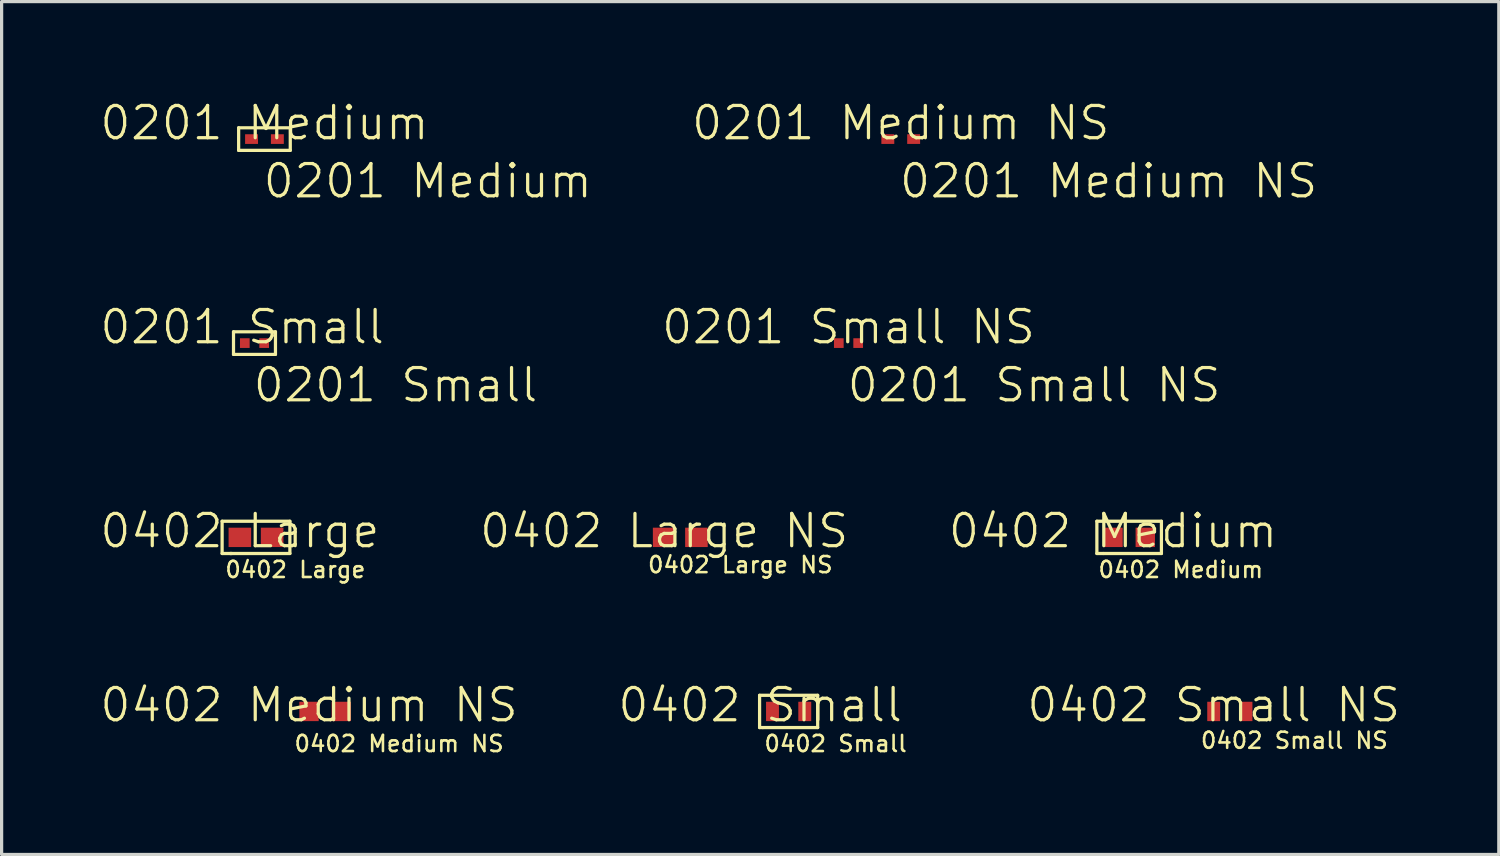
<source format=kicad_pcb>
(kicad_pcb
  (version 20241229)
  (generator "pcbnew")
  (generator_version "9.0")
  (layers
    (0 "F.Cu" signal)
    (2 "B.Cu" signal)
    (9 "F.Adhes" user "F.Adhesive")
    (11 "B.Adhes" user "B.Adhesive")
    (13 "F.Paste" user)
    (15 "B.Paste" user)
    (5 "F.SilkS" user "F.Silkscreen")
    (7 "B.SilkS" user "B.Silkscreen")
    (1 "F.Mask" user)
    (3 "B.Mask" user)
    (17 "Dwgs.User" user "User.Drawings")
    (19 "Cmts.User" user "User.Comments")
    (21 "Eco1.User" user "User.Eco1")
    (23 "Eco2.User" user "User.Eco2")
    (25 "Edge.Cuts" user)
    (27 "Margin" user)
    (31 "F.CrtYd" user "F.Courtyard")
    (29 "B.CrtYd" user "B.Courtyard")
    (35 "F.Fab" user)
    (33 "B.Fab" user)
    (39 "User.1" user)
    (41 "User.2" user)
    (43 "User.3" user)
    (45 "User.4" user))
  (footprint "0201 Medium"
    (layer "F.Cu")
    (at 5.145 1.26)
    (property "Reference" "0201 Medium" (at 0 -0.5 0) (unlocked yes) (layer "F.SilkS") (effects (font (size 1 1) (thickness 0.1))))
    (attr smd)
    (fp_line (start -0.8 -0.35) (end -0.8 0.35) (stroke (width 0.1) (type default)) (layer "F.SilkS"))
    (fp_line (start -0.8 0.35) (end 0.8 0.35) (stroke (width 0.1) (type default)) (layer "F.SilkS"))
    (fp_line (start 0.8 -0.35) (end -0.8 -0.35) (stroke (width 0.1) (type default)) (layer "F.SilkS"))
    (fp_line (start 0.8 0.35) (end 0.8 -0.35) (stroke (width 0.1) (type default)) (layer "F.SilkS"))
    (fp_text user "${REFERENCE}" (at -0.1 1.3 0) (unlocked yes) (layer "F.SilkS") (effects (font (size 1 1) (thickness 0.1)) (justify left)))
    (pad "1" smd rect (at -0.4 0) (size 0.4 0.3) (layers "F.Cu" "F.Mask"))
    (pad "2" smd rect (at 0.4 0) (size 0.4 0.3) (layers "F.Cu" "F.Mask")))
  (footprint "0402 Small "
    (layer "F.Cu")
    (at 20.888 19.296)
    (property "Reference" "0402 Small " (at 0 -0.5 0) (unlocked yes) (layer "F.SilkS") (effects (font (size 1 1) (thickness 0.1))))
    (attr smd)
    (fp_line (start -0.4 -0.8) (end -0.4 0.2) (stroke (width 0.1) (type default)) (layer "F.SilkS"))
    (fp_line (start -0.4 0.2) (end -0.3 0.2) (stroke (width 0.1) (type default)) (layer "F.SilkS"))
    (fp_line (start -0.3 0.2) (end 1.4 0.2) (stroke (width 0.1) (type default)) (layer "F.SilkS"))
    (fp_line (start 1.4 -0.8) (end -0.4 -0.8) (stroke (width 0.1) (type default)) (layer "F.SilkS"))
    (fp_line (start 1.4 0.2) (end 1.4 -0.8) (stroke (width 0.1) (type default)) (layer "F.SilkS"))
    (fp_text user "${REFERENCE}" (at -0.3 0.7 0) (unlocked yes) (layer "F.SilkS") (effects (font (size 0.5 0.5) (thickness 0.08)) (justify left)))
    (pad "1" smd rect (at 0 -0.3) (size 0.4 0.6) (layers "F.Cu" "F.Mask" "F.Paste"))
    (pad "2" smd rect (at 1 -0.3) (size 0.4 0.6) (layers "F.Cu" "F.Mask" "F.Paste")))
  (footprint "0402 Large"
    (layer "F.Cu")
    (at 4.383 13.902)
    (property "Reference" "0402 Large" (at 0 -0.5 0) (unlocked yes) (layer "F.SilkS") (effects (font (size 1 1) (thickness 0.1))))
    (attr smd)
    (fp_line (start -0.55 -0.8) (end -0.55 0.2) (stroke (width 0.1) (type default)) (layer "F.SilkS"))
    (fp_line (start -0.55 0.2) (end -0.25 0.2) (stroke (width 0.1) (type default)) (layer "F.SilkS"))
    (fp_line (start -0.3 0.2) (end 1.55 0.2) (stroke (width 0.1) (type default)) (layer "F.SilkS"))
    (fp_line (start 1.55 -0.8) (end -0.55 -0.8) (stroke (width 0.1) (type default)) (layer "F.SilkS"))
    (fp_line (start 1.55 0.2) (end 1.55 -0.8) (stroke (width 0.1) (type default)) (layer "F.SilkS"))
    (fp_text user "${REFERENCE}" (at -0.5 0.7 0) (unlocked yes) (layer "F.SilkS") (effects (font (size 0.5 0.5) (thickness 0.08)) (justify left)))
    (pad "1" smd rect (at 0 -0.3) (size 0.7 0.6) (layers "F.Cu" "F.Mask" "F.Paste"))
    (pad "2" smd rect (at 1 -0.3) (size 0.7 0.6) (layers "F.Cu" "F.Mask" "F.Paste")))
  (footprint "0402 Large NS"
    (layer "F.Cu")
    (at 17.531 13.902)
    (property "Reference" "0402 Large NS" (at 0 -0.5 0) (unlocked yes) (layer "F.SilkS") (effects (font (size 1 1) (thickness 0.1))))
    (attr smd)
    (fp_text user "${REFERENCE}" (at -0.55 0.55 0) (unlocked yes) (layer "F.SilkS") (effects (font (size 0.5 0.5) (thickness 0.08)) (justify left)))
    (pad "1" smd rect (at 0 -0.3) (size 0.7 0.6) (layers "F.Cu" "F.Mask" "F.Paste"))
    (pad "2" smd rect (at 1 -0.3) (size 0.7 0.6) (layers "F.Cu" "F.Mask" "F.Paste")))
  (footprint "0402 Small NS"
    (layer "F.Cu")
    (at 34.56 19.296)
    (property "Reference" "0402 Small NS" (at 0 -0.5 0) (unlocked yes) (layer "F.SilkS") (effects (font (size 1 1) (thickness 0.1))))
    (attr smd)
    (fp_text user "${REFERENCE}" (at 2.5 0.6 0) (unlocked yes) (layer "F.SilkS") (effects (font (size 0.5 0.5) (thickness 0.08))))
    (pad "1" smd rect (at 0 -0.3) (size 0.4 0.6) (layers "F.Cu" "F.Mask" "F.Paste"))
    (pad "2" smd rect (at 1 -0.3) (size 0.4 0.6) (layers "F.Cu" "F.Mask" "F.Paste")))
  (footprint "0402 Medium"
    (layer "F.Cu")
    (at 31.44 13.902)
    (property "Reference" "0402 Medium" (at 0 -0.5 0) (unlocked yes) (layer "F.SilkS") (effects (font (size 1 1) (thickness 0.1))))
    (attr smd)
    (fp_line (start -0.5 -0.8) (end -0.5 0.2) (stroke (width 0.1) (type default)) (layer "F.SilkS"))
    (fp_line (start -0.5 0.2) (end -0.3 0.2) (stroke (width 0.1) (type default)) (layer "F.SilkS"))
    (fp_line (start -0.3 0.2) (end 1.5 0.2) (stroke (width 0.1) (type default)) (layer "F.SilkS"))
    (fp_line (start 1.5 -0.8) (end -0.5 -0.8) (stroke (width 0.1) (type default)) (layer "F.SilkS"))
    (fp_line (start 1.5 0.2) (end 1.5 -0.8) (stroke (width 0.1) (type default)) (layer "F.SilkS"))
    (fp_text user "${REFERENCE}" (at -0.5 0.7 0) (unlocked yes) (layer "F.SilkS") (effects (font (size 0.5 0.5) (thickness 0.08)) (justify left)))
    (pad "1" smd rect (at 0 -0.3) (size 0.6 0.6) (layers "F.Cu" "F.Mask" "F.Paste"))
    (pad "2" smd rect (at 1 -0.3) (size 0.6 0.6) (layers "F.Cu" "F.Mask" "F.Paste")))
  (footprint "0201 Medium NS"
    (layer "F.Cu")
    (at 24.862 1.26)
    (property "Reference" "0201 Medium NS" (at 0 -0.5 0) (unlocked yes) (layer "F.SilkS") (effects (font (size 1 1) (thickness 0.1))))
    (attr smd)
    (fp_text user "${REFERENCE}" (at -0.1 1.3 0) (unlocked yes) (layer "F.SilkS") (effects (font (size 1 1) (thickness 0.1)) (justify left)))
    (pad "1" smd rect (at -0.4 0) (size 0.4 0.3) (layers "F.Cu" "F.Mask"))
    (pad "2" smd rect (at 0.4 0) (size 0.4 0.3) (layers "F.Cu" "F.Mask")))
  (footprint "0201 Small NS"
    (layer "F.Cu")
    (at 23.243 7.582)
    (property "Reference" "0201 Small NS" (at 0 -0.5 0) (unlocked yes) (layer "F.SilkS") (effects (font (size 1 1) (thickness 0.1))))
    (attr smd)
    (fp_text user "${REFERENCE}" (at -0.1 1.3 0) (unlocked yes) (layer "F.SilkS") (effects (font (size 1 1) (thickness 0.1)) (justify left)))
    (pad "1" smd rect (at -0.3 0) (size 0.3 0.3) (layers "F.Cu" "F.Mask"))
    (pad "2" smd rect (at 0.3 0) (size 0.3 0.3) (layers "F.Cu" "F.Mask")))
  (footprint "0201 Small "
    (layer "F.Cu")
    (at 4.836 7.582)
    (property "Reference" "0201 Small " (at 0 -0.5 0) (unlocked yes) (layer "F.SilkS") (effects (font (size 1 1) (thickness 0.1))))
    (attr smd)
    (fp_line (start -0.65 -0.35) (end -0.65 0.35) (stroke (width 0.1) (type default)) (layer "F.SilkS"))
    (fp_line (start -0.65 0.35) (end 0.65 0.35) (stroke (width 0.1) (type default)) (layer "F.SilkS"))
    (fp_line (start 0.65 -0.35) (end -0.65 -0.35) (stroke (width 0.1) (type default)) (layer "F.SilkS"))
    (fp_line (start 0.65 0.35) (end 0.65 -0.35) (stroke (width 0.1) (type default)) (layer "F.SilkS"))
    (fp_text user "${REFERENCE}" (at -0.1 1.3 0) (unlocked yes) (layer "F.SilkS") (effects (font (size 1 1) (thickness 0.1)) (justify left)))
    (pad "1" smd rect (at -0.3 0) (size 0.3 0.3) (layers "F.Cu" "F.Mask"))
    (pad "2" smd rect (at 0.3 0) (size 0.3 0.3) (layers "F.Cu" "F.Mask")))
  (footprint "0402 Medium NS"
    (layer "F.Cu")
    (at 6.526 19.296)
    (property "Reference" "0402 Medium NS" (at 0 -0.5 0) (unlocked yes) (layer "F.SilkS") (effects (font (size 1 1) (thickness 0.1))))
    (attr smd)
    (fp_text user "${REFERENCE}" (at -0.5 0.7 0) (unlocked yes) (layer "F.SilkS") (effects (font (size 0.5 0.5) (thickness 0.08)) (justify left)))
    (pad "1" smd rect (at 0 -0.3) (size 0.6 0.6) (layers "F.Cu" "F.Mask" "F.Paste"))
    (pad "2" smd rect (at 1 -0.3) (size 0.6 0.6) (layers "F.Cu" "F.Mask" "F.Paste")))
  (gr_rect
    (start -3 -3)
    (end 43.395 23.429)
    (stroke (width 0.1) (type default))
    (fill no)
    (layer "Edge.Cuts")))
</source>
